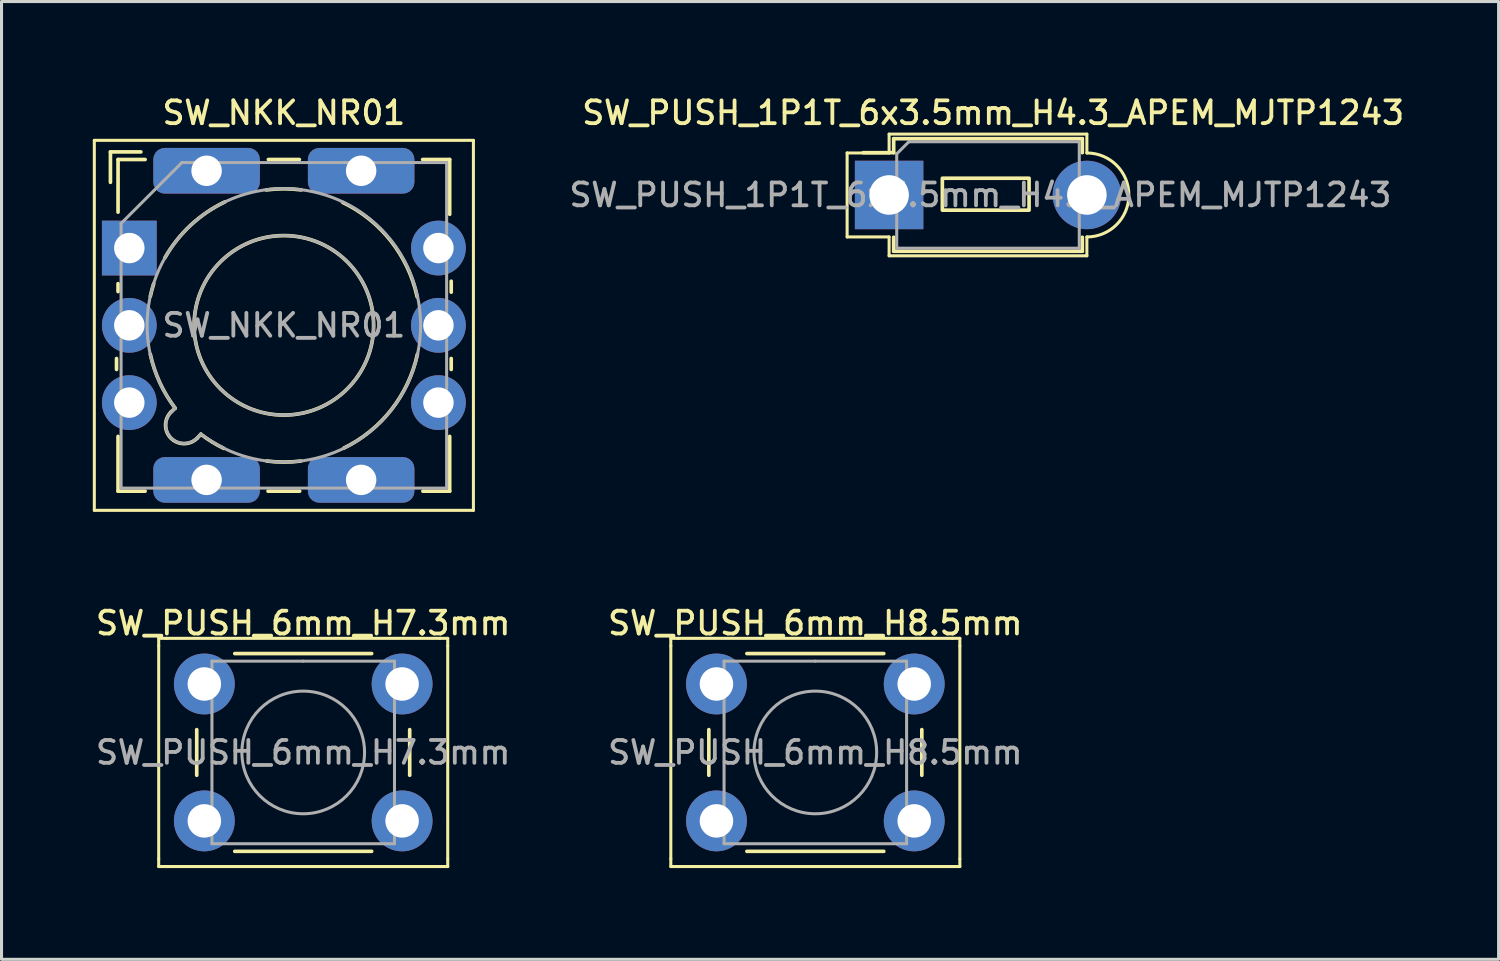
<source format=kicad_pcb>
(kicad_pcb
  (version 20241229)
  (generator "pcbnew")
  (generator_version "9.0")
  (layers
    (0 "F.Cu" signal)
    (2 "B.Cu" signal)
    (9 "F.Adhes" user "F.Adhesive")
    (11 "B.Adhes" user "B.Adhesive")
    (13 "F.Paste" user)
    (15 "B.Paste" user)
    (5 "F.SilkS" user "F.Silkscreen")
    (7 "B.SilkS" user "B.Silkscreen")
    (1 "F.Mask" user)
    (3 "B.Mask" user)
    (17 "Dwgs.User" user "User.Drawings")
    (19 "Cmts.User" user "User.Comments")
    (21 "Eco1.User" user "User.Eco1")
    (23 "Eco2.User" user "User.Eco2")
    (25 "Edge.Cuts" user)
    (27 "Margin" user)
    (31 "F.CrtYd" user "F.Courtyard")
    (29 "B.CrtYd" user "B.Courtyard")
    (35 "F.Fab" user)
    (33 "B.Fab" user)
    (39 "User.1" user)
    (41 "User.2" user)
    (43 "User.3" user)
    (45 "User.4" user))
  (footprint "SW_NKK_NR01"
    (layer "F.Cu")
    (at 1.2 5.103)
    (property "Reference" "SW_NKK_NR01" (at 5.08 -4.445 0) (layer "F.SilkS") (effects (font (size 0.75 0.75) (thickness 0.125))))
    (attr through_hole)
    (fp_line (start -1.15 -3.54) (end 11.31 -3.54) (stroke (width 0.1) (type default)) (layer "F.SilkS"))
    (fp_line (start -1.15 8.62) (end -1.15 -3.54) (stroke (width 0.1) (type default)) (layer "F.SilkS"))
    (fp_line (start -0.62 -3.16) (end -0.62 -2.16) (stroke (width 0.12) (type default)) (layer "F.SilkS"))
    (fp_line (start -0.62 -3.16) (end 0.38 -3.16) (stroke (width 0.12) (type default)) (layer "F.SilkS"))
    (fp_line (start -0.42 3.63) (end -0.42 3.99) (stroke (width 0.12) (type default)) (layer "F.SilkS"))
    (fp_line (start -0.37 -2.91) (end 0.52 -2.91) (stroke (width 0.12) (type default)) (layer "F.SilkS"))
    (fp_line (start -0.37 -1.18) (end -0.37 -2.91) (stroke (width 0.12) (type default)) (layer "F.SilkS"))
    (fp_line (start -0.37 1.17) (end -0.37 1.43) (stroke (width 0.12) (type default)) (layer "F.SilkS"))
    (fp_line (start -0.37 7.99) (end -0.37 6.19) (stroke (width 0.12) (type default)) (layer "F.SilkS"))
    (fp_line (start 0.52 7.99) (end -0.37 7.99) (stroke (width 0.12) (type default)) (layer "F.SilkS"))
    (fp_line (start 1.37 5.39) (end 1.5 5.27) (stroke (width 0.12) (type default)) (layer "F.SilkS"))
    (fp_line (start 2.23 6.25) (end 2.35 6.12) (stroke (width 0.12) (type default)) (layer "F.SilkS"))
    (fp_line (start 4.56 7.99) (end 5.6 7.99) (stroke (width 0.12) (type default)) (layer "F.SilkS"))
    (fp_line (start 4.57 -2.91) (end 5.59 -2.91) (stroke (width 0.12) (type default)) (layer "F.SilkS"))
    (fp_line (start 9.64 -2.91) (end 10.53 -2.91) (stroke (width 0.12) (type default)) (layer "F.SilkS"))
    (fp_line (start 9.65 7.99) (end 10.53 7.99) (stroke (width 0.12) (type default)) (layer "F.SilkS"))
    (fp_line (start 10.53 -2.91) (end 10.53 -1.11) (stroke (width 0.12) (type default)) (layer "F.SilkS"))
    (fp_line (start 10.53 7.99) (end 10.53 6.19) (stroke (width 0.12) (type default)) (layer "F.SilkS"))
    (fp_line (start 10.58 1.09) (end 10.58 1.45) (stroke (width 0.12) (type default)) (layer "F.SilkS"))
    (fp_line (start 10.58 3.63) (end 10.58 3.99) (stroke (width 0.12) (type default)) (layer "F.SilkS"))
    (fp_line (start 11.31 -3.54) (end 11.31 8.62) (stroke (width 0.1) (type default)) (layer "F.SilkS"))
    (fp_line (start 11.31 8.62) (end -1.15 8.62) (stroke (width 0.1) (type default)) (layer "F.SilkS"))
    (fp_arc (start 0.69 1.59) (mid 0.741029 1.378995) (end 0.802194 1.170702) (stroke (width 0.12) (type default)) (layer "F.SilkS"))
    (fp_arc (start 1.17 0.32) (mid 2.01489 -0.74962) (end 3.141468 -1.516919) (stroke (width 0.12) (type default)) (layer "F.SilkS"))
    (fp_arc (start 1.508995 5.263142) (mid 1.002351 4.421583) (end 0.690799 3.49) (stroke (width 0.12) (type default)) (layer "F.SilkS"))
    (fp_arc (start 2.229999 6.249999) (mid 1.370001 6.249999) (end 1.370001 5.390001) (stroke (width 0.12) (type default)) (layer "F.SilkS"))
    (fp_arc (start 3.103585 6.583585) (mid 2.715769 6.369779) (end 2.350841 6.118895) (stroke (width 0.12) (type default)) (layer "F.SilkS"))
    (fp_arc (start 4.5 -1.909999) (mid 5.074407 -1.947633) (end 5.648907 -1.911431) (stroke (width 0.12) (type default)) (layer "F.SilkS"))
    (fp_arc (start 5.64 7) (mid 5.08 7.03502) (end 4.52 7) (stroke (width 0.12) (type default)) (layer "F.SilkS"))
    (fp_arc (start 7.01527 -1.500125) (mid 8.597573 -0.233907) (end 9.459999 1.6) (stroke (width 0.12) (type default)) (layer "F.SilkS"))
    (fp_arc (start 9.4692 3.49) (mid 8.614855 5.309905) (end 7.052059 6.574669) (stroke (width 0.12) (type default)) (layer "F.SilkS"))
    (fp_circle (center 5.08 2.54) (end 8.03 2.54) (stroke (width 0.12) (type default)) (fill no) (layer "F.SilkS"))
    (fp_line (start -0.27 -0.81) (end 1.73 -2.81) (stroke (width 0.1) (type default)) (layer "F.Fab"))
    (fp_line (start -0.27 7.89) (end -0.27 -0.81) (stroke (width 0.1) (type default)) (layer "F.Fab"))
    (fp_line (start 1.506 5.266) (end 1.406 5.366) (stroke (width 0.1) (type default)) (layer "F.Fab"))
    (fp_line (start 1.73 -2.81) (end 10.43 -2.81) (stroke (width 0.1) (type default)) (layer "F.Fab"))
    (fp_line (start 2.254 6.214) (end 2.354 6.114) (stroke (width 0.1) (type default)) (layer "F.Fab"))
    (fp_line (start 10.43 -2.81) (end 10.43 7.89) (stroke (width 0.1) (type default)) (layer "F.Fab"))
    (fp_line (start 10.43 7.89) (end -0.27 7.89) (stroke (width 0.1) (type default)) (layer "F.Fab"))
    (fp_arc (start 1.506372 5.26582) (mid 8.258099 -0.638144) (end 2.354231 6.113667) (stroke (width 0.1) (type default)) (layer "F.Fab"))
    (fp_arc (start 2.25423 6.213668) (mid 1.375326 6.245384) (end 1.405574 5.366428) (stroke (width 0.1) (type default)) (layer "F.Fab"))
    (fp_circle (center 5.08 2.54) (end 8.03 2.54) (stroke (width 0.1) (type default)) (fill no) (layer "F.Fab"))
    (fp_text user "${REFERENCE}" (at 5.08 2.54 0) (layer "F.Fab") (effects (font (size 0.75 0.75) (thickness 0.125))))
    (pad "1" thru_hole rect (at 0 0) (size 1.8 1.8) (drill 1) (layers "*.Cu" "*.Mask"))
    (pad "2" thru_hole circle (at 10.16 0) (size 1.8 1.8) (drill 1) (layers "*.Cu" "*.Mask"))
    (pad "3" thru_hole circle (at 10.16 2.54) (size 1.8 1.8) (drill 1) (layers "*.Cu" "*.Mask"))
    (pad "4" thru_hole circle (at 10.16 5.08) (size 1.8 1.8) (drill 1) (layers "*.Cu" "*.Mask"))
    (pad "5" thru_hole circle (at 0 5.08) (size 1.8 1.8) (drill 1) (layers "*.Cu" "*.Mask"))
    (pad "C" thru_hole circle (at 0 2.54) (size 1.8 1.8) (drill 1) (layers "*.Cu" "*.Mask"))
    (pad "MP" thru_hole roundrect (at 2.54 -2.54) (size 3.5 1.5) (drill 1) (layers "*.Cu" "*.Mask") (roundrect_rratio 0.25))
    (pad "MP" thru_hole roundrect (at 2.54 7.62) (size 3.5 1.5) (drill 1) (layers "*.Cu" "*.Mask") (roundrect_rratio 0.25))
    (pad "MP" thru_hole roundrect (at 7.62 -2.54) (size 3.5 1.5) (drill 1) (layers "*.Cu" "*.Mask") (roundrect_rratio 0.25))
    (pad "MP" thru_hole roundrect (at 7.62 7.62) (size 3.5 1.5) (drill 1) (layers "*.Cu" "*.Mask") (roundrect_rratio 0.25)))
  (footprint "SW_PUSH_6mm_H8.5mm"
    (layer "F.Cu")
    (at 20.498 19.431)
    (property "Reference" "SW_PUSH_6mm_H8.5mm" (at 3.25 -2 0) (layer "F.SilkS") (effects (font (size 0.75 0.75) (thickness 0.125))))
    (attr through_hole)
    (fp_line (start -1.5 -1.5) (end -1.25 -1.5) (stroke (width 0.1) (type solid)) (layer "F.SilkS"))
    (fp_line (start -1.5 -1.25) (end -1.5 -1.5) (stroke (width 0.1) (type solid)) (layer "F.SilkS"))
    (fp_line (start -1.5 5.75) (end -1.5 -1.25) (stroke (width 0.1) (type solid)) (layer "F.SilkS"))
    (fp_line (start -1.5 5.75) (end -1.5 6) (stroke (width 0.1) (type solid)) (layer "F.SilkS"))
    (fp_line (start -1.5 6) (end -1.25 6) (stroke (width 0.1) (type solid)) (layer "F.SilkS"))
    (fp_line (start -1.25 -1.5) (end 7.75 -1.5) (stroke (width 0.1) (type solid)) (layer "F.SilkS"))
    (fp_line (start -0.25 1.5) (end -0.25 3) (stroke (width 0.12) (type solid)) (layer "F.SilkS"))
    (fp_line (start 1 5.5) (end 5.5 5.5) (stroke (width 0.12) (type solid)) (layer "F.SilkS"))
    (fp_line (start 5.5 -1) (end 1 -1) (stroke (width 0.12) (type solid)) (layer "F.SilkS"))
    (fp_line (start 6.75 3) (end 6.75 1.5) (stroke (width 0.12) (type solid)) (layer "F.SilkS"))
    (fp_line (start 7.75 -1.5) (end 8 -1.5) (stroke (width 0.1) (type solid)) (layer "F.SilkS"))
    (fp_line (start 7.75 6) (end -1.25 6) (stroke (width 0.1) (type solid)) (layer "F.SilkS"))
    (fp_line (start 7.75 6) (end 8 6) (stroke (width 0.1) (type solid)) (layer "F.SilkS"))
    (fp_line (start 8 -1.5) (end 8 -1.25) (stroke (width 0.1) (type solid)) (layer "F.SilkS"))
    (fp_line (start 8 -1.25) (end 8 5.75) (stroke (width 0.1) (type solid)) (layer "F.SilkS"))
    (fp_line (start 8 6) (end 8 5.75) (stroke (width 0.1) (type solid)) (layer "F.SilkS"))
    (fp_line (start 0.25 -0.75) (end 3.25 -0.75) (stroke (width 0.1) (type solid)) (layer "F.Fab"))
    (fp_line (start 0.25 5.25) (end 0.25 -0.75) (stroke (width 0.1) (type solid)) (layer "F.Fab"))
    (fp_line (start 3.25 -0.75) (end 6.25 -0.75) (stroke (width 0.1) (type solid)) (layer "F.Fab"))
    (fp_line (start 6.25 -0.75) (end 6.25 5.25) (stroke (width 0.1) (type solid)) (layer "F.Fab"))
    (fp_line (start 6.25 5.25) (end 0.25 5.25) (stroke (width 0.1) (type solid)) (layer "F.Fab"))
    (fp_circle (center 3.25 2.25) (end 1.25 2.5) (stroke (width 0.1) (type solid)) (fill no) (layer "F.Fab"))
    (fp_text user "${REFERENCE}" (at 3.25 2.25 0) (layer "F.Fab") (effects (font (size 0.75 0.75) (thickness 0.125))))
    (pad "1" thru_hole circle (at 0 0 90) (size 2 2) (drill 1.1) (layers "*.Cu" "*.Mask"))
    (pad "1" thru_hole circle (at 6.5 0 90) (size 2 2) (drill 1.1) (layers "*.Cu" "*.Mask"))
    (pad "2" thru_hole circle (at 0 4.5 90) (size 2 2) (drill 1.1) (layers "*.Cu" "*.Mask"))
    (pad "2" thru_hole circle (at 6.5 4.5 90) (size 2 2) (drill 1.1) (layers "*.Cu" "*.Mask")))
  (footprint "SW_PUSH_1P1T_6x3.5mm_H4.3_APEM_MJTP1243"
    (layer "F.Cu")
    (at 26.173 3.358)
    (property "Reference" "SW_PUSH_1P1T_6x3.5mm_H4.3_APEM_MJTP1243" (at 3.42 -2.7 0) (layer "F.SilkS") (effects (font (size 0.75 0.75) (thickness 0.125))))
    (attr through_hole)
    (fp_line (start -1.38 -1.38) (end 0 -1.38) (stroke (width 0.1) (type default)) (layer "F.SilkS"))
    (fp_line (start -1.38 1.38) (end -1.38 -1.38) (stroke (width 0.1) (type solid)) (layer "F.SilkS"))
    (fp_line (start -1.38 1.38) (end 0 1.38) (stroke (width 0.1) (type default)) (layer "F.SilkS"))
    (fp_line (start 0 -2) (end 0 -1.38) (stroke (width 0.1) (type default)) (layer "F.SilkS"))
    (fp_line (start 0 -2) (end 6.5 -2) (stroke (width 0.1) (type solid)) (layer "F.SilkS"))
    (fp_line (start 0 1.38) (end 0 2) (stroke (width 0.1) (type default)) (layer "F.SilkS"))
    (fp_line (start 0.15 -1.85) (end 0.15 -1.39) (stroke (width 0.12) (type default)) (layer "F.SilkS"))
    (fp_line (start 0.15 -1.39) (end -0.85 -1.39) (stroke (width 0.12) (type default)) (layer "F.SilkS"))
    (fp_line (start 0.15 1.39) (end 0.15 1.85) (stroke (width 0.12) (type solid)) (layer "F.SilkS"))
    (fp_line (start 0.15 1.85) (end 6.35 1.85) (stroke (width 0.12) (type solid)) (layer "F.SilkS"))
    (fp_line (start 6.35 -1.85) (end 0.15 -1.85) (stroke (width 0.12) (type solid)) (layer "F.SilkS"))
    (fp_line (start 6.35 -1.85) (end 6.35 -1.39) (stroke (width 0.12) (type solid)) (layer "F.SilkS"))
    (fp_line (start 6.35 1.39) (end 6.35 1.85) (stroke (width 0.12) (type solid)) (layer "F.SilkS"))
    (fp_line (start 6.5 -2) (end 6.5 -1.38) (stroke (width 0.1) (type default)) (layer "F.SilkS"))
    (fp_line (start 6.5 1.38) (end 6.5 2) (stroke (width 0.1) (type default)) (layer "F.SilkS"))
    (fp_line (start 6.5 2) (end 0 2) (stroke (width 0.1) (type solid)) (layer "F.SilkS"))
    (fp_rect (start 1.75 -0.55) (end 4.6 0.5) (stroke (width 0.12) (type default)) (fill no) (layer "F.SilkS"))
    (fp_arc (start 6.5 -1.38) (mid 7.88 0) (end 6.5 1.38) (stroke (width 0.1) (type default)) (layer "F.SilkS"))
    (fp_line (start 0.25 1.75) (end 0.25 -1.35) (stroke (width 0.1) (type solid)) (layer "F.Fab"))
    (fp_line (start 0.65 -1.75) (end 0.25 -1.35) (stroke (width 0.1) (type default)) (layer "F.Fab"))
    (fp_line (start 0.65 -1.75) (end 6.25 -1.75) (stroke (width 0.1) (type solid)) (layer "F.Fab"))
    (fp_line (start 6.25 -1.75) (end 6.25 1.75) (stroke (width 0.1) (type solid)) (layer "F.Fab"))
    (fp_line (start 6.25 1.75) (end 0.25 1.75) (stroke (width 0.1) (type solid)) (layer "F.Fab"))
    (fp_text user "${REFERENCE}" (at 3 0 0) (layer "F.Fab") (effects (font (size 0.75 0.75) (thickness 0.125))))
    (pad "1" thru_hole rect (at 0 0 90) (size 2.25 2.25) (drill 1.3) (layers "*.Cu" "*.Mask"))
    (pad "2" thru_hole circle (at 6.5 0 90) (size 2.25 2.25) (drill 1.3) (layers "*.Cu" "*.Mask")))
  (footprint "SW_PUSH_6mm_H7.3mm"
    (layer "F.Cu")
    (at 3.666 19.431)
    (property "Reference" "SW_PUSH_6mm_H7.3mm" (at 3.25 -2 0) (layer "F.SilkS") (effects (font (size 0.75 0.75) (thickness 0.125))))
    (attr through_hole)
    (fp_line (start -1.5 -1.5) (end -1.25 -1.5) (stroke (width 0.1) (type solid)) (layer "F.SilkS"))
    (fp_line (start -1.5 -1.25) (end -1.5 -1.5) (stroke (width 0.1) (type solid)) (layer "F.SilkS"))
    (fp_line (start -1.5 5.75) (end -1.5 -1.25) (stroke (width 0.1) (type solid)) (layer "F.SilkS"))
    (fp_line (start -1.5 5.75) (end -1.5 6) (stroke (width 0.1) (type solid)) (layer "F.SilkS"))
    (fp_line (start -1.5 6) (end -1.25 6) (stroke (width 0.1) (type solid)) (layer "F.SilkS"))
    (fp_line (start -1.25 -1.5) (end 7.75 -1.5) (stroke (width 0.1) (type solid)) (layer "F.SilkS"))
    (fp_line (start -0.25 1.5) (end -0.25 3) (stroke (width 0.12) (type solid)) (layer "F.SilkS"))
    (fp_line (start 1 5.5) (end 5.5 5.5) (stroke (width 0.12) (type solid)) (layer "F.SilkS"))
    (fp_line (start 5.5 -1) (end 1 -1) (stroke (width 0.12) (type solid)) (layer "F.SilkS"))
    (fp_line (start 6.75 3) (end 6.75 1.5) (stroke (width 0.12) (type solid)) (layer "F.SilkS"))
    (fp_line (start 7.75 -1.5) (end 8 -1.5) (stroke (width 0.1) (type solid)) (layer "F.SilkS"))
    (fp_line (start 7.75 6) (end -1.25 6) (stroke (width 0.1) (type solid)) (layer "F.SilkS"))
    (fp_line (start 7.75 6) (end 8 6) (stroke (width 0.1) (type solid)) (layer "F.SilkS"))
    (fp_line (start 8 -1.5) (end 8 -1.25) (stroke (width 0.1) (type solid)) (layer "F.SilkS"))
    (fp_line (start 8 -1.25) (end 8 5.75) (stroke (width 0.1) (type solid)) (layer "F.SilkS"))
    (fp_line (start 8 6) (end 8 5.75) (stroke (width 0.1) (type solid)) (layer "F.SilkS"))
    (fp_line (start 0.25 -0.75) (end 3.25 -0.75) (stroke (width 0.1) (type solid)) (layer "F.Fab"))
    (fp_line (start 0.25 5.25) (end 0.25 -0.75) (stroke (width 0.1) (type solid)) (layer "F.Fab"))
    (fp_line (start 3.25 -0.75) (end 6.25 -0.75) (stroke (width 0.1) (type solid)) (layer "F.Fab"))
    (fp_line (start 6.25 -0.75) (end 6.25 5.25) (stroke (width 0.1) (type solid)) (layer "F.Fab"))
    (fp_line (start 6.25 5.25) (end 0.25 5.25) (stroke (width 0.1) (type solid)) (layer "F.Fab"))
    (fp_circle (center 3.25 2.25) (end 1.25 2.5) (stroke (width 0.1) (type solid)) (fill no) (layer "F.Fab"))
    (fp_text user "${REFERENCE}" (at 3.25 2.25 0) (layer "F.Fab") (effects (font (size 0.75 0.75) (thickness 0.125))))
    (pad "1" thru_hole circle (at 0 0 90) (size 2 2) (drill 1.1) (layers "*.Cu" "*.Mask"))
    (pad "1" thru_hole circle (at 6.5 0 90) (size 2 2) (drill 1.1) (layers "*.Cu" "*.Mask"))
    (pad "2" thru_hole circle (at 0 4.5 90) (size 2 2) (drill 1.1) (layers "*.Cu" "*.Mask"))
    (pad "2" thru_hole circle (at 6.5 4.5 90) (size 2 2) (drill 1.1) (layers "*.Cu" "*.Mask")))
  (gr_rect
    (start -3 -3)
    (end 46.205 28.481)
    (stroke (width 0.1) (type default))
    (fill no)
    (layer "Edge.Cuts")))
</source>
